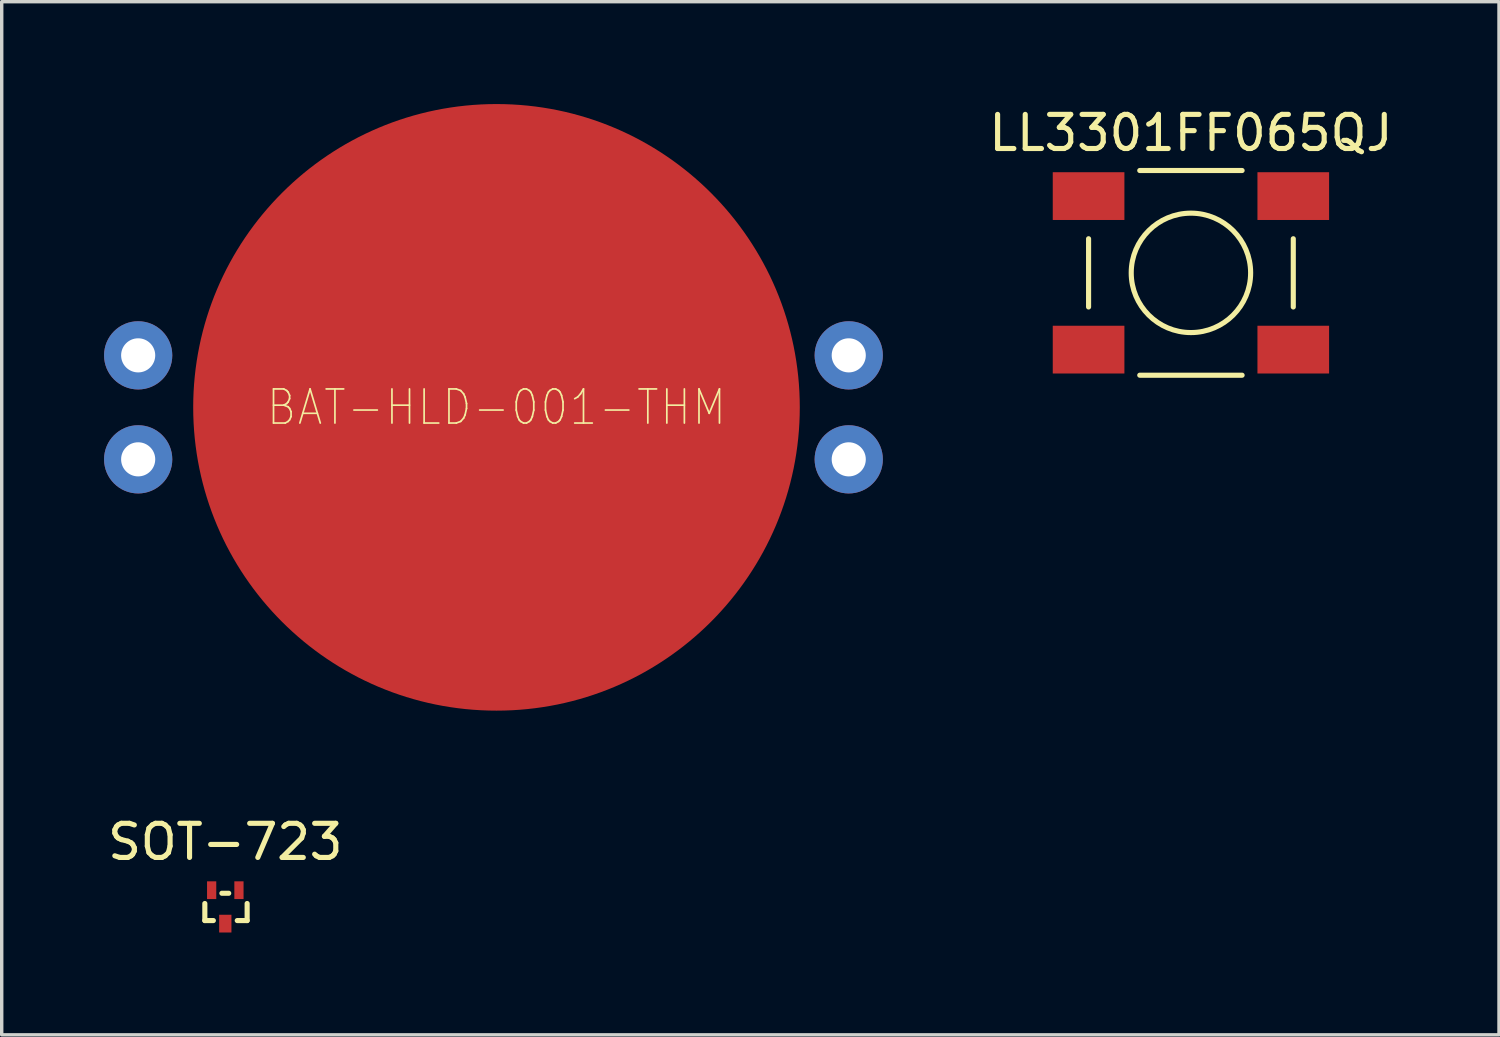
<source format=kicad_pcb>
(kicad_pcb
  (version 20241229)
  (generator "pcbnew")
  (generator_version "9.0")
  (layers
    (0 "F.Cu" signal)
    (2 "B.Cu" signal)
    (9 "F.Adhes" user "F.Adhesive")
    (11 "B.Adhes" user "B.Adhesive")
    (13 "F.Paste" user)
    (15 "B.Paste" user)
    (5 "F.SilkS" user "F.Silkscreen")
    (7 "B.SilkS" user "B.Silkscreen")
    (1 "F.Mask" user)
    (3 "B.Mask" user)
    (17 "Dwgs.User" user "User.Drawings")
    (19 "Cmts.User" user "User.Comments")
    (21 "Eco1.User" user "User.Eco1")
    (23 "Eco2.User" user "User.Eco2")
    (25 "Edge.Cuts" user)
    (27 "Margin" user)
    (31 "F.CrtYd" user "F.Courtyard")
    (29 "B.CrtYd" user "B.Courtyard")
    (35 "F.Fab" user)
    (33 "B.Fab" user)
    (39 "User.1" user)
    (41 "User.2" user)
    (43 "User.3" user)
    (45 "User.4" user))
  (footprint "LL3301FF065QJ"
    (layer "F.Cu")
    (at 31.858 4.948)
    (property "Reference" "LL3301FF065QJ" (at 0 -4.1 0) (layer "F.SilkS") (effects (font (size 1 1) (thickness 0.15))))
    (attr through_hole)
    (fp_line (start -3 -1) (end -3 1) (stroke (width 0.15) (type solid)) (layer "F.SilkS"))
    (fp_line (start -1.5 -3) (end 1.5 -3) (stroke (width 0.15) (type solid)) (layer "F.SilkS"))
    (fp_line (start -1.5 3) (end 1.5 3) (stroke (width 0.15) (type solid)) (layer "F.SilkS"))
    (fp_line (start 3 -1) (end 3 1) (stroke (width 0.15) (type solid)) (layer "F.SilkS"))
    (fp_circle (center 0 0) (end 1.75 0) (stroke (width 0.15) (type solid)) (fill no) (layer "F.SilkS"))
    (pad "1" smd rect (at -3 -2.25) (size 2.1 1.4) (layers "F.Cu" "F.Mask" "F.Paste"))
    (pad "1" smd rect (at 3 -2.25) (size 2.1 1.4) (layers "F.Cu" "F.Mask" "F.Paste"))
    (pad "2" smd rect (at -3 2.25) (size 2.1 1.4) (layers "F.Cu" "F.Mask" "F.Paste"))
    (pad "2" smd rect (at 3 2.25) (size 2.1 1.4) (layers "F.Cu" "F.Mask" "F.Paste")))
  (footprint "BAT-HLD-001-THM"
    (layer "F.Cu")
    (at 11.503 8.89)
    (property "Reference" "BAT-HLD-001-THM" (at 0 0 0) (layer "F.SilkS") (effects (font (size 1 0.9) (thickness 0.05))))
    (attr smd)
    (pad "+@1" thru_hole circle (at -10.503 -1.524) (size 2 2) (drill 1) (layers "*.Cu" "*.Mask"))
    (pad "+@2" thru_hole circle (at -10.503 1.524) (size 2 2) (drill 1) (layers "*.Cu" "*.Mask"))
    (pad "+@3" thru_hole circle (at 10.325 1.524) (size 2 2) (drill 1) (layers "*.Cu" "*.Mask"))
    (pad "+@4" thru_hole circle (at 10.325 -1.524) (size 2 2) (drill 1) (layers "*.Cu" "*.Mask"))
    (pad "-" smd circle (at 0 0) (size 17.78 17.78) (layers "F.Cu" "F.Mask" "F.Paste")))
  (footprint "SOT-723"
    (layer "F.Cu")
    (at 3.554 23.533)
    (property "Reference" "SOT-723" (at 0 -1.905 0) (layer "F.SilkS") (effects (font (size 1 1) (thickness 0.15))))
    (attr through_hole)
    (fp_line (start -0.6 -0.1) (end -0.6 0.4) (stroke (width 0.15) (type solid)) (layer "F.SilkS"))
    (fp_line (start -0.6 0.4) (end -0.35 0.4) (stroke (width 0.15) (type solid)) (layer "F.SilkS"))
    (fp_line (start -0.1 -0.4) (end 0.1 -0.4) (stroke (width 0.15) (type solid)) (layer "F.SilkS"))
    (fp_line (start 0.64 -0.1) (end 0.64 0.4) (stroke (width 0.15) (type solid)) (layer "F.SilkS"))
    (fp_line (start 0.64 0.4) (end 0.35 0.4) (stroke (width 0.15) (type solid)) (layer "F.SilkS"))
    (pad "1" smd rect (at -0.4 -0.49) (size 0.27 0.52) (layers "F.Cu" "F.Mask" "F.Paste"))
    (pad "2" smd rect (at 0.4 -0.49) (size 0.27 0.52) (layers "F.Cu" "F.Mask" "F.Paste"))
    (pad "3" smd rect (at 0 0.49) (size 0.36 0.52) (layers "F.Cu" "F.Mask" "F.Paste")))
  (gr_rect
    (start -3 -3)
    (end 40.888 27.283)
    (stroke (width 0.1) (type default))
    (fill no)
    (layer "Edge.Cuts")))
</source>
